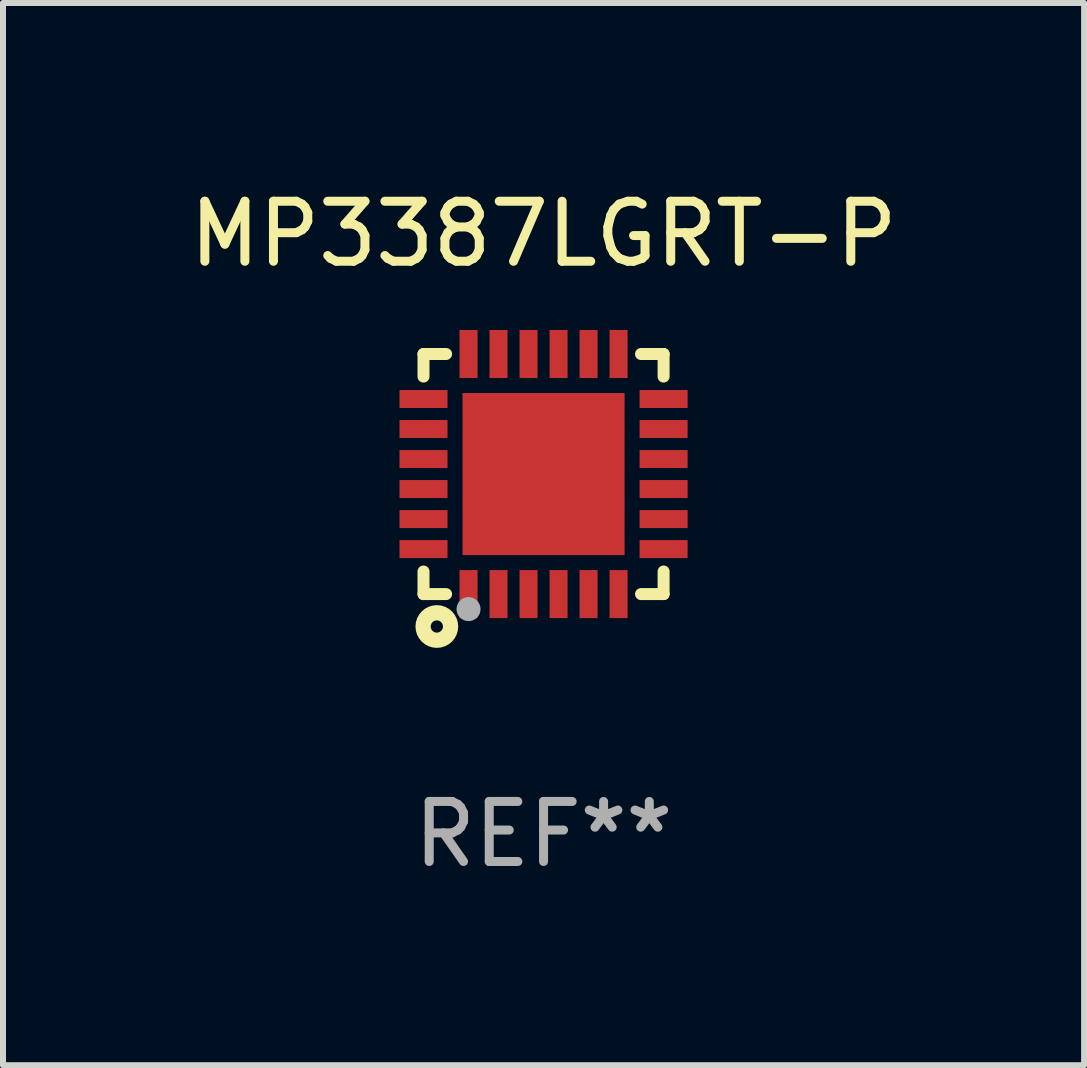
<source format=kicad_pcb>
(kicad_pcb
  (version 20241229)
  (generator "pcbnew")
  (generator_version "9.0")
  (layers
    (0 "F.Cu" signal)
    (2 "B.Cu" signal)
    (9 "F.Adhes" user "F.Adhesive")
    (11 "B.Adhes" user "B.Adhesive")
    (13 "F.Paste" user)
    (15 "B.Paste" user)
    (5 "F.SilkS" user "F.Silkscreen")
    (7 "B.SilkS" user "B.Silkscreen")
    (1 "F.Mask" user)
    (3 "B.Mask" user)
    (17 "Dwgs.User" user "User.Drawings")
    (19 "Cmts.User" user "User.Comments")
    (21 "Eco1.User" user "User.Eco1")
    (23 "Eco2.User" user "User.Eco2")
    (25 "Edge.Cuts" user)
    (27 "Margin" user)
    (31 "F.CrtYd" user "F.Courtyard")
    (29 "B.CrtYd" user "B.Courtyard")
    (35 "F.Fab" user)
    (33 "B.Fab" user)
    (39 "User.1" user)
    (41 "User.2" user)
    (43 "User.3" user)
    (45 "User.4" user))
  (footprint "MP3387LGRT-P"
    (layer "F.Cu")
    (at 6.006 4.848)
    (property "Reference" "MP3387LGRT-P" (at 0 -4 0) (layer "F.SilkS") (effects (font (size 1 1) (thickness 0.15))))
    (attr through_hole)
    (fp_line (start -2 -2) (end -1.624 -2) (stroke (width 0.2) (type solid)) (layer "F.SilkS"))
    (fp_line (start -2 -1.624) (end -2 -2) (stroke (width 0.2) (type solid)) (layer "F.SilkS"))
    (fp_line (start -2 2) (end -2 1.624) (stroke (width 0.2) (type solid)) (layer "F.SilkS"))
    (fp_line (start -2 2) (end -1.624 2) (stroke (width 0.2) (type solid)) (layer "F.SilkS"))
    (fp_line (start 1.624 -2) (end 2 -2) (stroke (width 0.2) (type solid)) (layer "F.SilkS"))
    (fp_line (start 1.624 2) (end 2 2) (stroke (width 0.2) (type solid)) (layer "F.SilkS"))
    (fp_line (start 2 -2) (end 2 -1.624) (stroke (width 0.2) (type solid)) (layer "F.SilkS"))
    (fp_line (start 2 1.624) (end 2 2) (stroke (width 0.2) (type solid)) (layer "F.SilkS"))
    (fp_circle (center -2 2) (end -1.97 2) (stroke (width 0.06) (type solid)) (fill no) (layer "F.SilkS"))
    (fp_circle (center -1.778 2.54) (end -1.676 2.54) (stroke (width 0.254) (type solid)) (fill no) (layer "F.SilkS"))
    (fp_circle (center -1.25 2.25) (end -1.15 2.25) (stroke (width 0.2) (type solid)) (fill no) (layer "F.Fab"))
    (fp_text user "REF**" (at 0 6 0) (layer "F.Fab") (effects (font (size 1 1) (thickness 0.15))))
    (pad "1" smd rect (at -1.25 2) (size 0.3 0.8) (layers "F.Cu" "F.Mask" "F.Paste"))
    (pad "2" smd rect (at -0.75 2) (size 0.3 0.8) (layers "F.Cu" "F.Mask" "F.Paste"))
    (pad "3" smd rect (at -0.25 2) (size 0.3 0.8) (layers "F.Cu" "F.Mask" "F.Paste"))
    (pad "4" smd rect (at 0.25 2) (size 0.3 0.8) (layers "F.Cu" "F.Mask" "F.Paste"))
    (pad "5" smd rect (at 0.75 2) (size 0.3 0.8) (layers "F.Cu" "F.Mask" "F.Paste"))
    (pad "6" smd rect (at 1.25 2) (size 0.3 0.8) (layers "F.Cu" "F.Mask" "F.Paste"))
    (pad "7" smd rect (at 2 1.25 90) (size 0.3 0.8) (layers "F.Cu" "F.Mask" "F.Paste"))
    (pad "8" smd rect (at 2 0.75 90) (size 0.3 0.8) (layers "F.Cu" "F.Mask" "F.Paste"))
    (pad "9" smd rect (at 2 0.25 90) (size 0.3 0.8) (layers "F.Cu" "F.Mask" "F.Paste"))
    (pad "10" smd rect (at 2 -0.25 90) (size 0.3 0.8) (layers "F.Cu" "F.Mask" "F.Paste"))
    (pad "11" smd rect (at 2 -0.75 90) (size 0.3 0.8) (layers "F.Cu" "F.Mask" "F.Paste"))
    (pad "12" smd rect (at 2 -1.25 90) (size 0.3 0.8) (layers "F.Cu" "F.Mask" "F.Paste"))
    (pad "13" smd rect (at 1.25 -2 180) (size 0.3 0.8) (layers "F.Cu" "F.Mask" "F.Paste"))
    (pad "14" smd rect (at 0.75 -2 180) (size 0.3 0.8) (layers "F.Cu" "F.Mask" "F.Paste"))
    (pad "15" smd rect (at 0.25 -2 180) (size 0.3 0.8) (layers "F.Cu" "F.Mask" "F.Paste"))
    (pad "16" smd rect (at -0.25 -2 180) (size 0.3 0.8) (layers "F.Cu" "F.Mask" "F.Paste"))
    (pad "17" smd rect (at -0.75 -2 180) (size 0.3 0.8) (layers "F.Cu" "F.Mask" "F.Paste"))
    (pad "18" smd rect (at -1.25 -2 180) (size 0.3 0.8) (layers "F.Cu" "F.Mask" "F.Paste"))
    (pad "19" smd rect (at -2 -1.25 270) (size 0.3 0.8) (layers "F.Cu" "F.Mask" "F.Paste"))
    (pad "20" smd rect (at -2 -0.75 270) (size 0.3 0.8) (layers "F.Cu" "F.Mask" "F.Paste"))
    (pad "21" smd rect (at -2 -0.25 270) (size 0.3 0.8) (layers "F.Cu" "F.Mask" "F.Paste"))
    (pad "22" smd rect (at -2 0.25 270) (size 0.3 0.8) (layers "F.Cu" "F.Mask" "F.Paste"))
    (pad "23" smd rect (at -2 0.75 270) (size 0.3 0.8) (layers "F.Cu" "F.Mask" "F.Paste"))
    (pad "24" smd rect (at -2 1.25 270) (size 0.3 0.8) (layers "F.Cu" "F.Mask" "F.Paste"))
    (pad "25" smd rect (at 0 0) (size 2.7 2.7) (layers "F.Cu" "F.Mask" "F.Paste")))
  (gr_rect
    (start -3 -3)
    (end 15.012 14.697)
    (stroke (width 0.1) (type default))
    (fill no)
    (layer "Edge.Cuts")))
</source>
